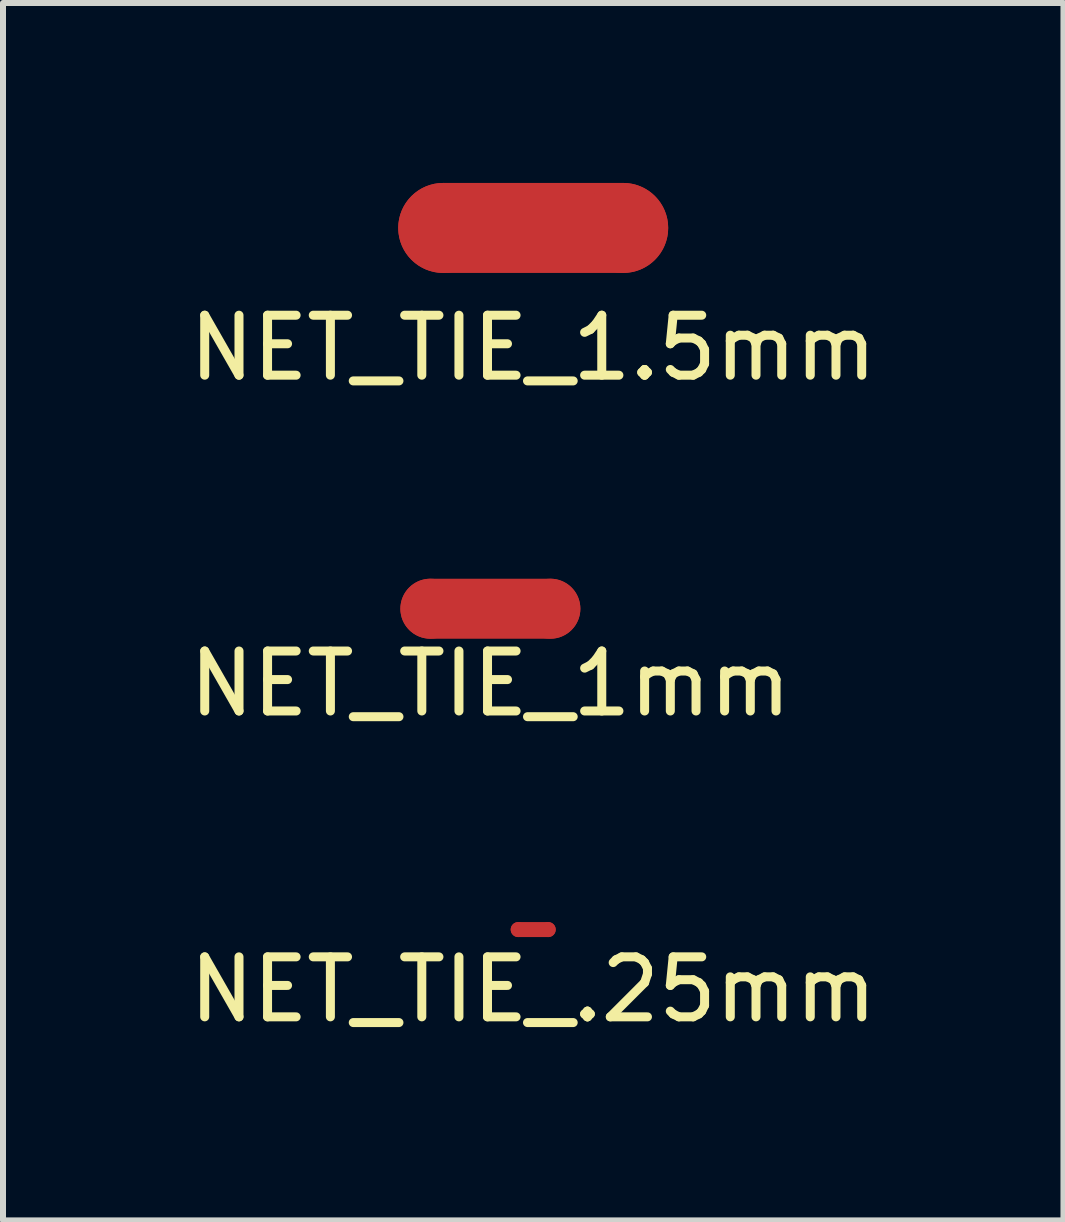
<source format=kicad_pcb>
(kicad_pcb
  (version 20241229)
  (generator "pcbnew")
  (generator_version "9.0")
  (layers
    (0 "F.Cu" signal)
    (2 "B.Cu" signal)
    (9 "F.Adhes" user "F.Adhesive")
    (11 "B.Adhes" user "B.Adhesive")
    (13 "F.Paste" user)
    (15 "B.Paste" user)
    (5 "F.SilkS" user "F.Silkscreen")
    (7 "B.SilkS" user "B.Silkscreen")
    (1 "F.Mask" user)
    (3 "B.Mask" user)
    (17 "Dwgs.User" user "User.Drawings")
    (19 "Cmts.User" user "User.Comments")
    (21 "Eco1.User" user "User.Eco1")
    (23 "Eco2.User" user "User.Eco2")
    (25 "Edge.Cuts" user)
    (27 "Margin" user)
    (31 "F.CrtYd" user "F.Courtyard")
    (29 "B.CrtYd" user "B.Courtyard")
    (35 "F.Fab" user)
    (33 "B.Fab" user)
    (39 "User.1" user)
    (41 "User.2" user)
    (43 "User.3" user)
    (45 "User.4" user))
  (footprint "NET_TIE_.25mm"
    (layer "F.Cu")
    (at 5.839 12.447)
    (property "Reference" "NET_TIE_.25mm" (at 0 1 0) (layer "F.SilkS") (effects (font (size 1 1) (thickness 0.15))))
    (attr through_hole)
    (fp_line (start -0.25 0) (end 0.25 0) (stroke (width 0.25) (type solid)) (layer "F.Cu"))
    (pad "1" connect oval (at -0.25 0) (size 0.25 0.25) (layers "F.Cu"))
    (pad "2" connect oval (at 0.25 0) (size 0.25 0.25) (layers "F.Cu")))
  (footprint "NET_TIE_1.5mm"
    (layer "F.Cu")
    (at 5.839 0.75)
    (property "Reference" "NET_TIE_1.5mm" (at 0 2 0) (layer "F.SilkS") (effects (font (size 1 1) (thickness 0.15))))
    (attr through_hole)
    (fp_line (start -1.5 0) (end 1.5 0) (stroke (width 1.5) (type solid)) (layer "F.Cu"))
    (pad "1" connect oval (at -1.5 0) (size 1.5 1.5) (layers "F.Cu"))
    (pad "2" connect oval (at 1.5 0) (size 1.5 1.5) (layers "F.Cu")))
  (footprint "NET_TIE_1mm"
    (layer "F.Cu")
    (at 5.125 7.098)
    (property "Reference" "NET_TIE_1mm" (at 0 1.25 0) (layer "F.SilkS") (effects (font (size 1 1) (thickness 0.15))))
    (attr through_hole)
    (fp_line (start -1 0) (end 1 0) (stroke (width 1) (type solid)) (layer "F.Cu"))
    (pad "1" connect oval (at -1 0) (size 1 1) (layers "F.Cu"))
    (pad "2" connect oval (at 1 0) (size 1 1) (layers "F.Cu")))
  (gr_rect
    (start -3 -3)
    (end 14.679 17.295)
    (stroke (width 0.1) (type default))
    (fill no)
    (layer "Edge.Cuts")))
</source>
